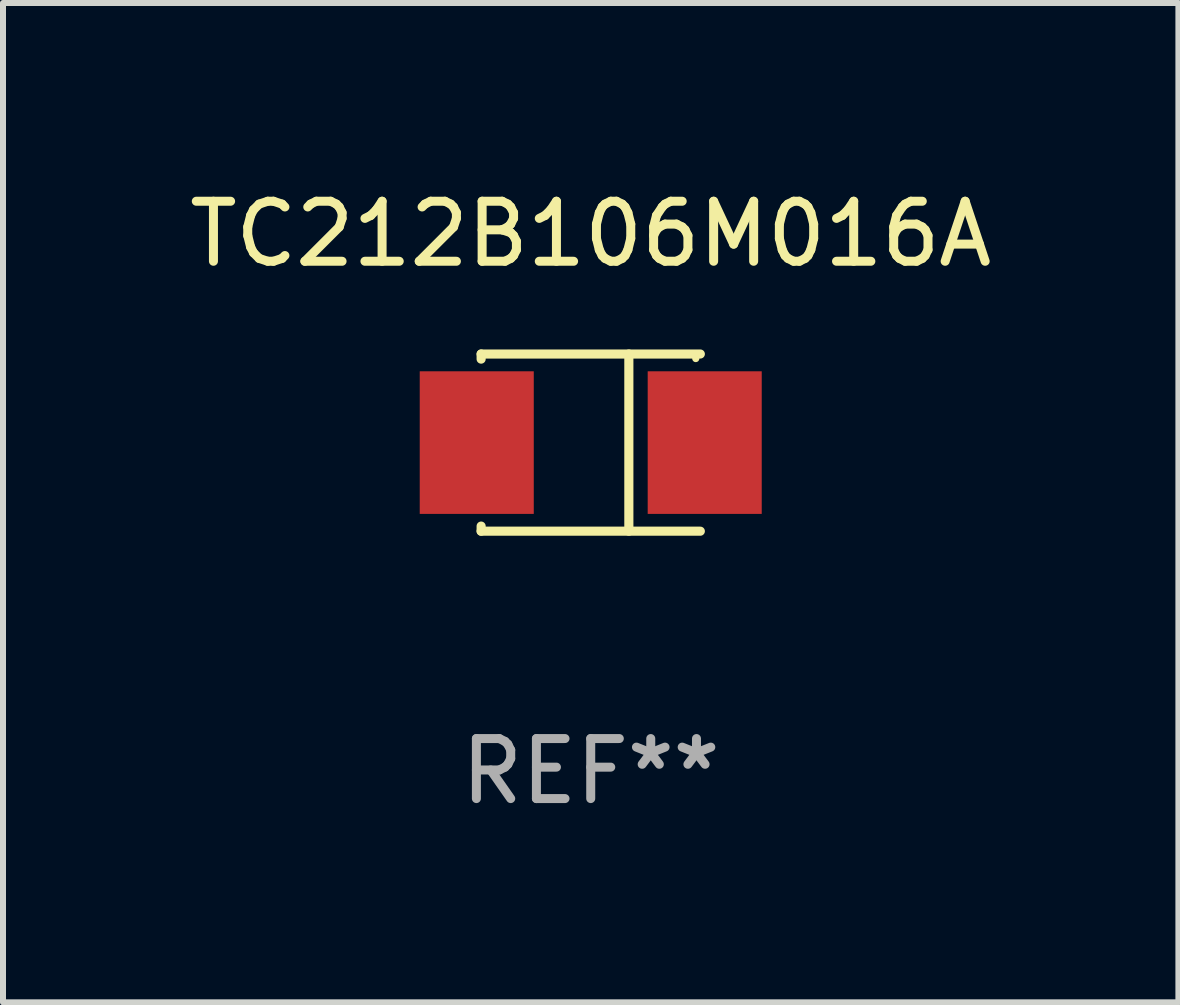
<source format=kicad_pcb>
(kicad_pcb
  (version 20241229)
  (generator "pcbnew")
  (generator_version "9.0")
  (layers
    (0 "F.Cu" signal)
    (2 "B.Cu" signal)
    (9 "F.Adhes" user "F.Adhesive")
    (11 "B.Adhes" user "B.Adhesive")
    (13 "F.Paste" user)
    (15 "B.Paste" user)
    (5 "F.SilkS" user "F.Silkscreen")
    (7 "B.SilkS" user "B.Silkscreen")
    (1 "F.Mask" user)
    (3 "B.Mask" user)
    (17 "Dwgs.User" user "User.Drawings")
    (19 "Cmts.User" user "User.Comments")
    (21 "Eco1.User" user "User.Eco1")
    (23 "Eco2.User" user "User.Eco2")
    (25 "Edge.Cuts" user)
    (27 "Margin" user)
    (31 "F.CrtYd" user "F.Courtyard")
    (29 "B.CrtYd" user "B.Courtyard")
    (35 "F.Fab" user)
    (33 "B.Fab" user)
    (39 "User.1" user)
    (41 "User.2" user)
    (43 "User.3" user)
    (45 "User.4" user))
  (footprint "TC212B106M016A"
    (layer "F.Cu")
    (at 6.792 4.324)
    (property "Reference" "TC212B106M016A" (at 0 -3.476 0) (layer "F.SilkS") (effects (font (size 1 1) (thickness 0.15))))
    (attr through_hole)
    (fp_line (start -1.826 -1.476) (end -1.826 -1.391) (stroke (width 0.152) (type solid)) (layer "F.SilkS"))
    (fp_line (start -1.826 -1.476) (end 1.826 -1.476) (stroke (width 0.152) (type solid)) (layer "F.SilkS"))
    (fp_line (start -1.826 1.476) (end -1.826 1.391) (stroke (width 0.152) (type solid)) (layer "F.SilkS"))
    (fp_line (start -1.826 1.476) (end 1.826 1.476) (stroke (width 0.152) (type solid)) (layer "F.SilkS"))
    (fp_line (start 0.635 -1.476) (end 0.635 1.476) (stroke (width 0.152) (type solid)) (layer "F.SilkS"))
    (fp_circle (center 1.75 -1.4) (end 1.78 -1.4) (stroke (width 0.06) (type solid)) (fill no) (layer "F.SilkS"))
    (fp_text user "REF**" (at 0 5.476 0) (layer "F.Fab") (effects (font (size 1 1) (thickness 0.15))))
    (pad "1" smd rect (at 1.899 0) (size 1.9 2.376) (layers "F.Cu" "F.Mask" "F.Paste"))
    (pad "2" smd rect (at -1.899 0) (size 1.9 2.376) (layers "F.Cu" "F.Mask" "F.Paste")))
  (gr_rect
    (start -3 -3)
    (end 16.583 13.649)
    (stroke (width 0.1) (type default))
    (fill no)
    (layer "Edge.Cuts")))
</source>
